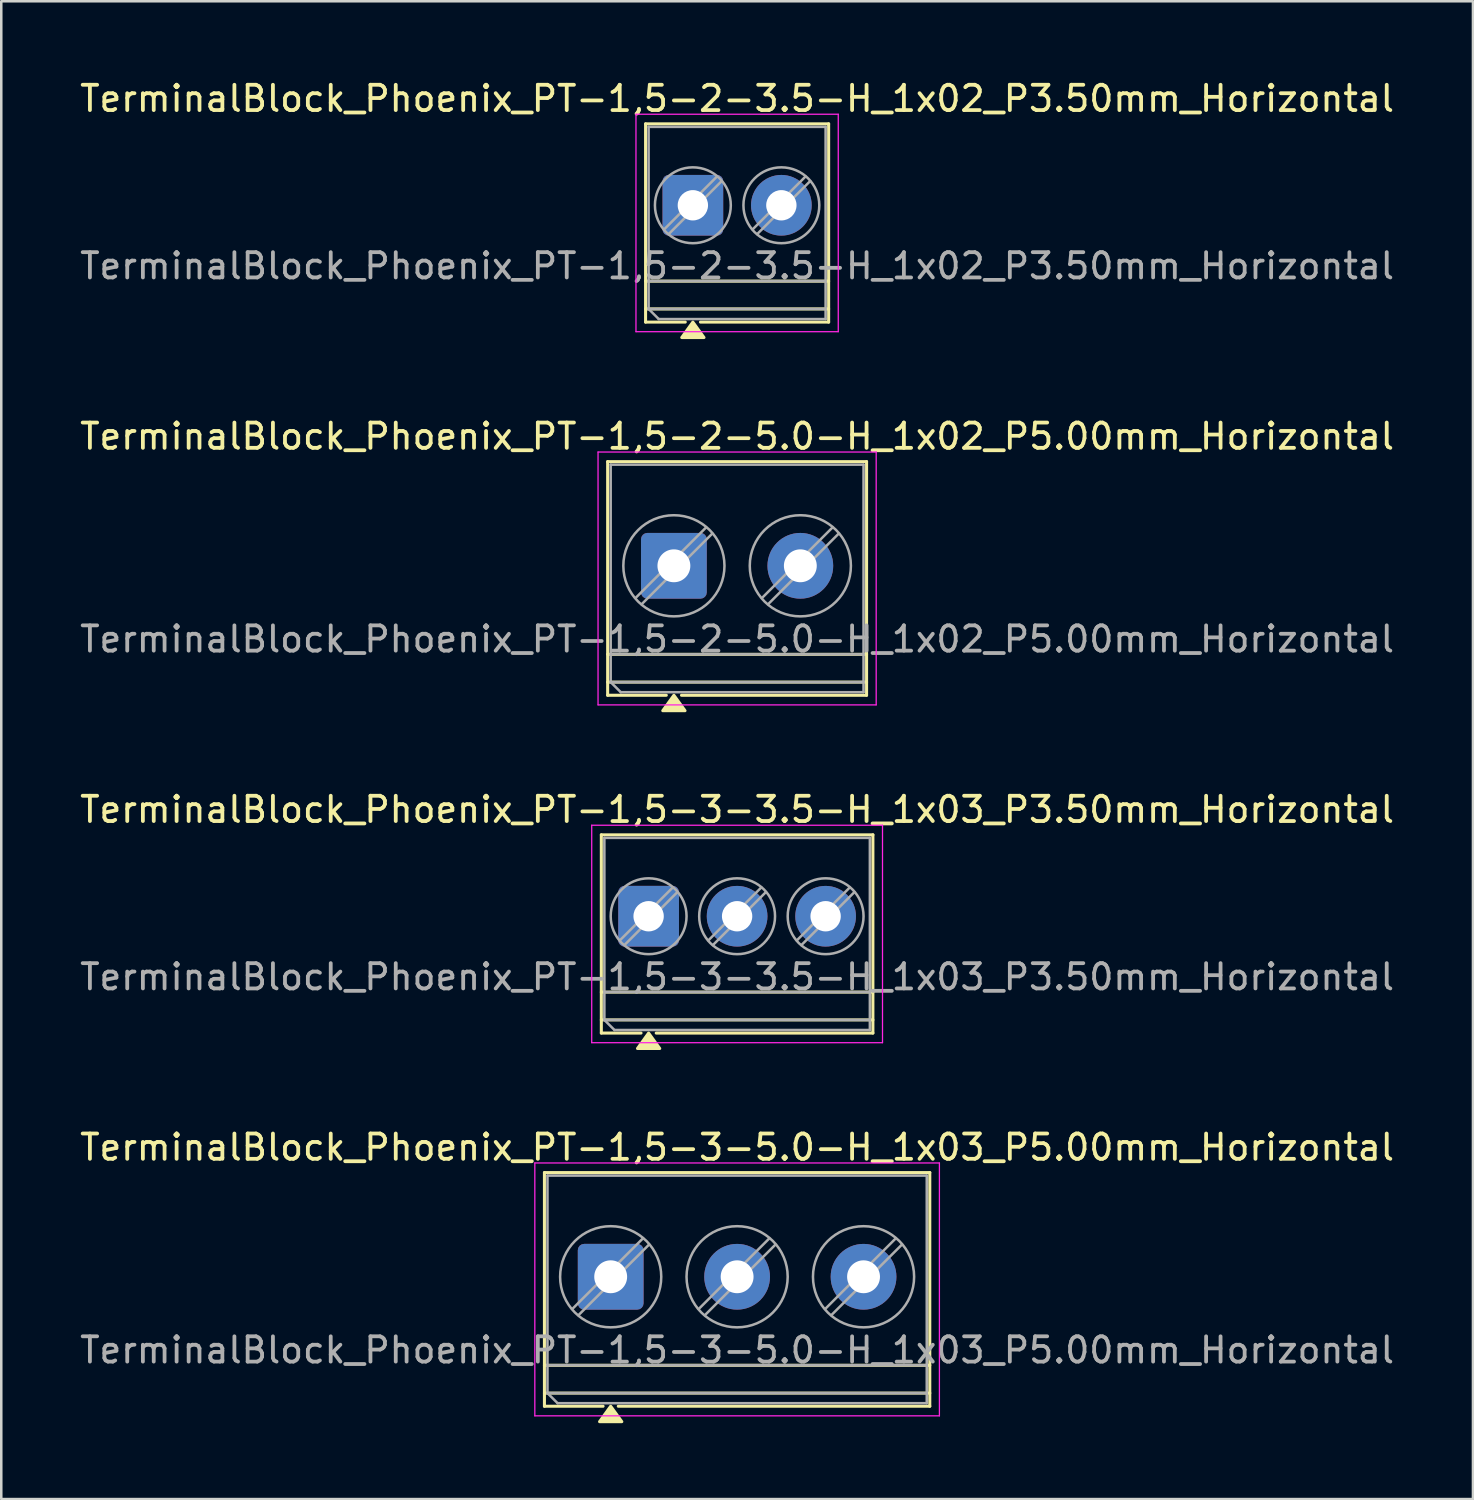
<source format=kicad_pcb>
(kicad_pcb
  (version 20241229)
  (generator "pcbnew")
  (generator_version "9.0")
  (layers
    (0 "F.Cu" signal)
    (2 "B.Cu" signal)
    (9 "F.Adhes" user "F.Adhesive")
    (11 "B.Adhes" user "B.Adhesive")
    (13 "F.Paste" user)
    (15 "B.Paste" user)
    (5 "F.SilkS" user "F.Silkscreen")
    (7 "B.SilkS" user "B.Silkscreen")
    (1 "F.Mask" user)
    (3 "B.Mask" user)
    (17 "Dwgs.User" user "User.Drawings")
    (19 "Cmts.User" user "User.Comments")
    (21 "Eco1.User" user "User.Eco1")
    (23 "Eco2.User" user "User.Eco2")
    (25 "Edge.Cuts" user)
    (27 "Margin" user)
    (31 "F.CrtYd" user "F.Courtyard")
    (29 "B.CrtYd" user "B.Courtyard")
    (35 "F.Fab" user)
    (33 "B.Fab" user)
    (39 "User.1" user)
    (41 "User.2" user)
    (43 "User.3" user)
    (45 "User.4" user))
  (footprint "TerminalBlock_Phoenix_PT-1,5-2-5.0-H_1x02_P5.00mm_Horizontal"
    (layer "F.Cu")
    (at 23.601 19.326)
    (property "Reference" "TerminalBlock_Phoenix_PT-1,5-2-5.0-H_1x02_P5.00mm_Horizontal" (at 2.5 -5.12 0) (layer "F.SilkS") (effects (font (size 1 1) (thickness 0.15))))
    (attr through_hole)
    (fp_line (start -2.62 -4.12) (end -2.62 5.12) (stroke (width 0.12) (type solid)) (layer "F.SilkS"))
    (fp_line (start -2.62 -4.12) (end 7.62 -4.12) (stroke (width 0.12) (type solid)) (layer "F.SilkS"))
    (fp_line (start -2.62 3.5) (end 7.62 3.5) (stroke (width 0.12) (type solid)) (layer "F.SilkS"))
    (fp_line (start -2.62 4.6) (end 7.62 4.6) (stroke (width 0.12) (type solid)) (layer "F.SilkS"))
    (fp_line (start -2.62 5.12) (end -0.3 5.12) (stroke (width 0.12) (type solid)) (layer "F.SilkS"))
    (fp_line (start 0.3 5.12) (end 7.62 5.12) (stroke (width 0.12) (type solid)) (layer "F.SilkS"))
    (fp_line (start 7.62 -4.12) (end 7.62 5.12) (stroke (width 0.12) (type solid)) (layer "F.SilkS"))
    (fp_poly (pts (xy 0 5.12) (xy 0.44 5.73) (xy -0.44 5.73)) (stroke (width 0.12) (type solid)) (fill yes) (layer "F.SilkS"))
    (fp_line (start -3 -4.5) (end -3 5.5) (stroke (width 0.05) (type solid)) (layer "F.CrtYd"))
    (fp_line (start -3 5.5) (end 8 5.5) (stroke (width 0.05) (type solid)) (layer "F.CrtYd"))
    (fp_line (start 8 -4.5) (end -3 -4.5) (stroke (width 0.05) (type solid)) (layer "F.CrtYd"))
    (fp_line (start 8 5.5) (end 8 -4.5) (stroke (width 0.05) (type solid)) (layer "F.CrtYd"))
    (fp_line (start -2.5 -4) (end 7.5 -4) (stroke (width 0.1) (type solid)) (layer "F.Fab"))
    (fp_line (start -2.5 3.5) (end 7.5 3.5) (stroke (width 0.1) (type solid)) (layer "F.Fab"))
    (fp_line (start -2.5 4.6) (end -2.5 -4) (stroke (width 0.1) (type solid)) (layer "F.Fab"))
    (fp_line (start -2.5 4.6) (end 7.5 4.6) (stroke (width 0.1) (type solid)) (layer "F.Fab"))
    (fp_line (start -2.1 5) (end -2.5 4.6) (stroke (width 0.1) (type solid)) (layer "F.Fab"))
    (fp_line (start 1.273 -1.517) (end -1.517 1.273) (stroke (width 0.1) (type solid)) (layer "F.Fab"))
    (fp_line (start 1.517 -1.273) (end -1.273 1.517) (stroke (width 0.1) (type solid)) (layer "F.Fab"))
    (fp_line (start 6.273 -1.517) (end 3.483 1.273) (stroke (width 0.1) (type solid)) (layer "F.Fab"))
    (fp_line (start 6.517 -1.273) (end 3.727 1.517) (stroke (width 0.1) (type solid)) (layer "F.Fab"))
    (fp_line (start 7.5 -4) (end 7.5 5) (stroke (width 0.1) (type solid)) (layer "F.Fab"))
    (fp_line (start 7.5 5) (end -2.1 5) (stroke (width 0.1) (type solid)) (layer "F.Fab"))
    (fp_circle (center 0 0) (end 2 0) (stroke (width 0.1) (type solid)) (fill no) (layer "F.Fab"))
    (fp_circle (center 5 0) (end 7 0) (stroke (width 0.1) (type solid)) (fill no) (layer "F.Fab"))
    (fp_text user "${REFERENCE}" (at 2.5 2.9 0) (layer "F.Fab") (effects (font (size 1 1) (thickness 0.15))))
    (pad "1" thru_hole roundrect (at 0 0) (size 2.6 2.6) (drill 1.3) (layers "*.Cu" "*.Mask") (roundrect_rratio 0.096))
    (pad "2" thru_hole circle (at 5 0) (size 2.6 2.6) (drill 1.3) (layers "*.Cu" "*.Mask")))
  (footprint "TerminalBlock_Phoenix_PT-1,5-3-5.0-H_1x03_P5.00mm_Horizontal"
    (layer "F.Cu")
    (at 21.101 47.443)
    (property "Reference" "TerminalBlock_Phoenix_PT-1,5-3-5.0-H_1x03_P5.00mm_Horizontal" (at 5 -5.12 0) (layer "F.SilkS") (effects (font (size 1 1) (thickness 0.15))))
    (attr through_hole)
    (fp_line (start -2.62 -4.12) (end -2.62 5.12) (stroke (width 0.12) (type solid)) (layer "F.SilkS"))
    (fp_line (start -2.62 -4.12) (end 12.62 -4.12) (stroke (width 0.12) (type solid)) (layer "F.SilkS"))
    (fp_line (start -2.62 3.5) (end 12.62 3.5) (stroke (width 0.12) (type solid)) (layer "F.SilkS"))
    (fp_line (start -2.62 4.6) (end 12.62 4.6) (stroke (width 0.12) (type solid)) (layer "F.SilkS"))
    (fp_line (start -2.62 5.12) (end -0.3 5.12) (stroke (width 0.12) (type solid)) (layer "F.SilkS"))
    (fp_line (start 0.3 5.12) (end 12.62 5.12) (stroke (width 0.12) (type solid)) (layer "F.SilkS"))
    (fp_line (start 12.62 -4.12) (end 12.62 5.12) (stroke (width 0.12) (type solid)) (layer "F.SilkS"))
    (fp_poly (pts (xy 0 5.12) (xy 0.44 5.73) (xy -0.44 5.73)) (stroke (width 0.12) (type solid)) (fill yes) (layer "F.SilkS"))
    (fp_line (start -3 -4.5) (end -3 5.5) (stroke (width 0.05) (type solid)) (layer "F.CrtYd"))
    (fp_line (start -3 5.5) (end 13 5.5) (stroke (width 0.05) (type solid)) (layer "F.CrtYd"))
    (fp_line (start 13 -4.5) (end -3 -4.5) (stroke (width 0.05) (type solid)) (layer "F.CrtYd"))
    (fp_line (start 13 5.5) (end 13 -4.5) (stroke (width 0.05) (type solid)) (layer "F.CrtYd"))
    (fp_line (start -2.5 -4) (end 12.5 -4) (stroke (width 0.1) (type solid)) (layer "F.Fab"))
    (fp_line (start -2.5 3.5) (end 12.5 3.5) (stroke (width 0.1) (type solid)) (layer "F.Fab"))
    (fp_line (start -2.5 4.6) (end -2.5 -4) (stroke (width 0.1) (type solid)) (layer "F.Fab"))
    (fp_line (start -2.5 4.6) (end 12.5 4.6) (stroke (width 0.1) (type solid)) (layer "F.Fab"))
    (fp_line (start -2.1 5) (end -2.5 4.6) (stroke (width 0.1) (type solid)) (layer "F.Fab"))
    (fp_line (start 1.273 -1.517) (end -1.517 1.273) (stroke (width 0.1) (type solid)) (layer "F.Fab"))
    (fp_line (start 1.517 -1.273) (end -1.273 1.517) (stroke (width 0.1) (type solid)) (layer "F.Fab"))
    (fp_line (start 6.273 -1.517) (end 3.483 1.273) (stroke (width 0.1) (type solid)) (layer "F.Fab"))
    (fp_line (start 6.517 -1.273) (end 3.727 1.517) (stroke (width 0.1) (type solid)) (layer "F.Fab"))
    (fp_line (start 11.273 -1.517) (end 8.483 1.273) (stroke (width 0.1) (type solid)) (layer "F.Fab"))
    (fp_line (start 11.517 -1.273) (end 8.727 1.517) (stroke (width 0.1) (type solid)) (layer "F.Fab"))
    (fp_line (start 12.5 -4) (end 12.5 5) (stroke (width 0.1) (type solid)) (layer "F.Fab"))
    (fp_line (start 12.5 5) (end -2.1 5) (stroke (width 0.1) (type solid)) (layer "F.Fab"))
    (fp_circle (center 0 0) (end 2 0) (stroke (width 0.1) (type solid)) (fill no) (layer "F.Fab"))
    (fp_circle (center 5 0) (end 7 0) (stroke (width 0.1) (type solid)) (fill no) (layer "F.Fab"))
    (fp_circle (center 10 0) (end 12 0) (stroke (width 0.1) (type solid)) (fill no) (layer "F.Fab"))
    (fp_text user "${REFERENCE}" (at 5 2.9 0) (layer "F.Fab") (effects (font (size 1 1) (thickness 0.15))))
    (pad "1" thru_hole roundrect (at 0 0) (size 2.6 2.6) (drill 1.3) (layers "*.Cu" "*.Mask") (roundrect_rratio 0.096))
    (pad "2" thru_hole circle (at 5 0) (size 2.6 2.6) (drill 1.3) (layers "*.Cu" "*.Mask"))
    (pad "3" thru_hole circle (at 10 0) (size 2.6 2.6) (drill 1.3) (layers "*.Cu" "*.Mask")))
  (footprint "TerminalBlock_Phoenix_PT-1,5-2-3.5-H_1x02_P3.50mm_Horizontal"
    (layer "F.Cu")
    (at 24.351 5.068)
    (property "Reference" "TerminalBlock_Phoenix_PT-1,5-2-3.5-H_1x02_P3.50mm_Horizontal" (at 1.75 -4.22 0) (layer "F.SilkS") (effects (font (size 1 1) (thickness 0.15))))
    (attr through_hole)
    (fp_line (start -1.87 -3.22) (end -1.87 4.62) (stroke (width 0.12) (type solid)) (layer "F.SilkS"))
    (fp_line (start -1.87 -3.22) (end 5.37 -3.22) (stroke (width 0.12) (type solid)) (layer "F.SilkS"))
    (fp_line (start -1.87 3) (end 5.37 3) (stroke (width 0.12) (type solid)) (layer "F.SilkS"))
    (fp_line (start -1.87 4.1) (end 5.37 4.1) (stroke (width 0.12) (type solid)) (layer "F.SilkS"))
    (fp_line (start -1.87 4.62) (end -0.3 4.62) (stroke (width 0.12) (type solid)) (layer "F.SilkS"))
    (fp_line (start 0.3 4.62) (end 5.37 4.62) (stroke (width 0.12) (type solid)) (layer "F.SilkS"))
    (fp_line (start 5.37 -3.22) (end 5.37 4.62) (stroke (width 0.12) (type solid)) (layer "F.SilkS"))
    (fp_poly (pts (xy 0 4.62) (xy 0.44 5.23) (xy -0.44 5.23)) (stroke (width 0.12) (type solid)) (fill yes) (layer "F.SilkS"))
    (fp_line (start -2.25 -3.6) (end -2.25 5) (stroke (width 0.05) (type solid)) (layer "F.CrtYd"))
    (fp_line (start -2.25 5) (end 5.75 5) (stroke (width 0.05) (type solid)) (layer "F.CrtYd"))
    (fp_line (start 5.75 -3.6) (end -2.25 -3.6) (stroke (width 0.05) (type solid)) (layer "F.CrtYd"))
    (fp_line (start 5.75 5) (end 5.75 -3.6) (stroke (width 0.05) (type solid)) (layer "F.CrtYd"))
    (fp_line (start -1.75 -3.1) (end 5.25 -3.1) (stroke (width 0.1) (type solid)) (layer "F.Fab"))
    (fp_line (start -1.75 3) (end 5.25 3) (stroke (width 0.1) (type solid)) (layer "F.Fab"))
    (fp_line (start -1.75 4.1) (end -1.75 -3.1) (stroke (width 0.1) (type solid)) (layer "F.Fab"))
    (fp_line (start -1.75 4.1) (end 5.25 4.1) (stroke (width 0.1) (type solid)) (layer "F.Fab"))
    (fp_line (start -1.35 4.5) (end -1.75 4.1) (stroke (width 0.1) (type solid)) (layer "F.Fab"))
    (fp_line (start 0.955 -1.138) (end -1.138 0.955) (stroke (width 0.1) (type solid)) (layer "F.Fab"))
    (fp_line (start 1.138 -0.955) (end -0.955 1.138) (stroke (width 0.1) (type solid)) (layer "F.Fab"))
    (fp_line (start 4.455 -1.138) (end 2.362 0.955) (stroke (width 0.1) (type solid)) (layer "F.Fab"))
    (fp_line (start 4.638 -0.955) (end 2.545 1.138) (stroke (width 0.1) (type solid)) (layer "F.Fab"))
    (fp_line (start 5.25 -3.1) (end 5.25 4.5) (stroke (width 0.1) (type solid)) (layer "F.Fab"))
    (fp_line (start 5.25 4.5) (end -1.35 4.5) (stroke (width 0.1) (type solid)) (layer "F.Fab"))
    (fp_circle (center 0 0) (end 1.5 0) (stroke (width 0.1) (type solid)) (fill no) (layer "F.Fab"))
    (fp_circle (center 3.5 0) (end 5 0) (stroke (width 0.1) (type solid)) (fill no) (layer "F.Fab"))
    (fp_text user "${REFERENCE}" (at 1.75 2.4 0) (layer "F.Fab") (effects (font (size 1 1) (thickness 0.15))))
    (pad "1" thru_hole roundrect (at 0 0) (size 2.4 2.4) (drill 1.2) (layers "*.Cu" "*.Mask") (roundrect_rratio 0.104))
    (pad "2" thru_hole circle (at 3.5 0) (size 2.4 2.4) (drill 1.2) (layers "*.Cu" "*.Mask")))
  (footprint "TerminalBlock_Phoenix_PT-1,5-3-3.5-H_1x03_P3.50mm_Horizontal"
    (layer "F.Cu")
    (at 22.601 33.185)
    (property "Reference" "TerminalBlock_Phoenix_PT-1,5-3-3.5-H_1x03_P3.50mm_Horizontal" (at 3.5 -4.22 0) (layer "F.SilkS") (effects (font (size 1 1) (thickness 0.15))))
    (attr through_hole)
    (fp_line (start -1.87 -3.22) (end -1.87 4.62) (stroke (width 0.12) (type solid)) (layer "F.SilkS"))
    (fp_line (start -1.87 -3.22) (end 8.87 -3.22) (stroke (width 0.12) (type solid)) (layer "F.SilkS"))
    (fp_line (start -1.87 3) (end 8.87 3) (stroke (width 0.12) (type solid)) (layer "F.SilkS"))
    (fp_line (start -1.87 4.1) (end 8.87 4.1) (stroke (width 0.12) (type solid)) (layer "F.SilkS"))
    (fp_line (start -1.87 4.62) (end -0.3 4.62) (stroke (width 0.12) (type solid)) (layer "F.SilkS"))
    (fp_line (start 0.3 4.62) (end 8.87 4.62) (stroke (width 0.12) (type solid)) (layer "F.SilkS"))
    (fp_line (start 8.87 -3.22) (end 8.87 4.62) (stroke (width 0.12) (type solid)) (layer "F.SilkS"))
    (fp_poly (pts (xy 0 4.62) (xy 0.44 5.23) (xy -0.44 5.23)) (stroke (width 0.12) (type solid)) (fill yes) (layer "F.SilkS"))
    (fp_line (start -2.25 -3.6) (end -2.25 5) (stroke (width 0.05) (type solid)) (layer "F.CrtYd"))
    (fp_line (start -2.25 5) (end 9.25 5) (stroke (width 0.05) (type solid)) (layer "F.CrtYd"))
    (fp_line (start 9.25 -3.6) (end -2.25 -3.6) (stroke (width 0.05) (type solid)) (layer "F.CrtYd"))
    (fp_line (start 9.25 5) (end 9.25 -3.6) (stroke (width 0.05) (type solid)) (layer "F.CrtYd"))
    (fp_line (start -1.75 -3.1) (end 8.75 -3.1) (stroke (width 0.1) (type solid)) (layer "F.Fab"))
    (fp_line (start -1.75 3) (end 8.75 3) (stroke (width 0.1) (type solid)) (layer "F.Fab"))
    (fp_line (start -1.75 4.1) (end -1.75 -3.1) (stroke (width 0.1) (type solid)) (layer "F.Fab"))
    (fp_line (start -1.75 4.1) (end 8.75 4.1) (stroke (width 0.1) (type solid)) (layer "F.Fab"))
    (fp_line (start -1.35 4.5) (end -1.75 4.1) (stroke (width 0.1) (type solid)) (layer "F.Fab"))
    (fp_line (start 0.955 -1.138) (end -1.138 0.955) (stroke (width 0.1) (type solid)) (layer "F.Fab"))
    (fp_line (start 1.138 -0.955) (end -0.955 1.138) (stroke (width 0.1) (type solid)) (layer "F.Fab"))
    (fp_line (start 4.455 -1.138) (end 2.362 0.955) (stroke (width 0.1) (type solid)) (layer "F.Fab"))
    (fp_line (start 4.638 -0.955) (end 2.545 1.138) (stroke (width 0.1) (type solid)) (layer "F.Fab"))
    (fp_line (start 7.955 -1.138) (end 5.862 0.955) (stroke (width 0.1) (type solid)) (layer "F.Fab"))
    (fp_line (start 8.138 -0.955) (end 6.045 1.138) (stroke (width 0.1) (type solid)) (layer "F.Fab"))
    (fp_line (start 8.75 -3.1) (end 8.75 4.5) (stroke (width 0.1) (type solid)) (layer "F.Fab"))
    (fp_line (start 8.75 4.5) (end -1.35 4.5) (stroke (width 0.1) (type solid)) (layer "F.Fab"))
    (fp_circle (center 0 0) (end 1.5 0) (stroke (width 0.1) (type solid)) (fill no) (layer "F.Fab"))
    (fp_circle (center 3.5 0) (end 5 0) (stroke (width 0.1) (type solid)) (fill no) (layer "F.Fab"))
    (fp_circle (center 7 0) (end 8.5 0) (stroke (width 0.1) (type solid)) (fill no) (layer "F.Fab"))
    (fp_text user "${REFERENCE}" (at 3.5 2.4 0) (layer "F.Fab") (effects (font (size 1 1) (thickness 0.15))))
    (pad "1" thru_hole roundrect (at 0 0) (size 2.4 2.4) (drill 1.2) (layers "*.Cu" "*.Mask") (roundrect_rratio 0.104))
    (pad "2" thru_hole circle (at 3.5 0) (size 2.4 2.4) (drill 1.2) (layers "*.Cu" "*.Mask"))
    (pad "3" thru_hole circle (at 7 0) (size 2.4 2.4) (drill 1.2) (layers "*.Cu" "*.Mask")))
  (gr_rect
    (start -3 -3)
    (end 55.202 56.233)
    (stroke (width 0.1) (type default))
    (fill no)
    (layer "Edge.Cuts")))
</source>
